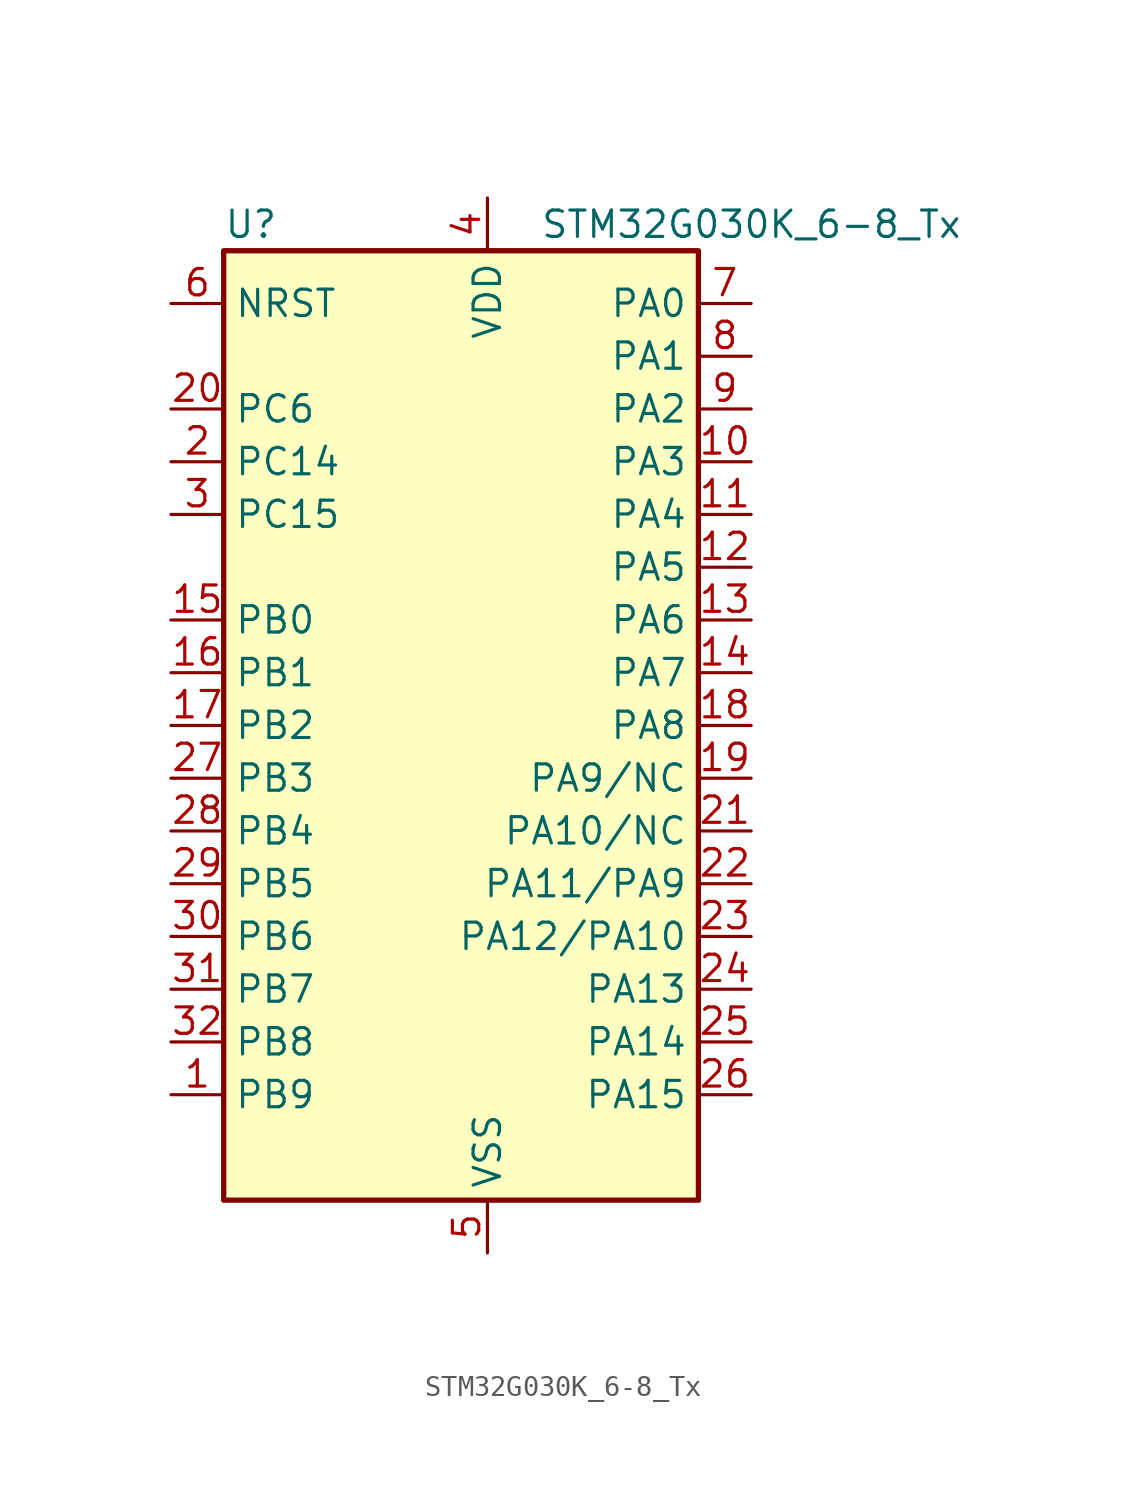
<source format=kicad_sym>
(kicad_symbol_lib
  (version 20211014)
  (generator kicad-library-utils)
  (symbol "STM32G030K_6-8_Tx"
    (property "Reference" "U"
      (at -10.16 24.13 0)
      (effects (font (size 1.27 1.27)) (justify left)))
    (property "Value" "STM32G030K_6-8_Tx"
      (at 5.08 24.13 0)
      (effects (font (size 1.27 1.27)) (justify left)))
    (property "ki_fp_filters" "LQFP*7x7mm*P0.8mm*"
      (at 0.0 0.0 0.0)
      (effects (font (size 1.27 1.27))))
    (symbol "STM32G030K_6-8_Tx_0_1"
      (rectangle (start -10.16 -22.86) (end 12.7 22.86) (stroke (width 0.254)) (fill (type background))))
    (symbol "STM32G030K_6-8_Tx_1_1"
      (pin input line (at -12.7 20.32 0) (length 2.54) (name "NRST" (effects (font (size 1.27 1.27)))) (number "6" (effects (font (size 1.27 1.27)))))
      (pin bidirectional line (at -12.7 15.24 0) (length 2.54) (name "PC6" (effects (font (size 1.27 1.27)))) (number "20" (effects (font (size 1.27 1.27)))) (alternate "TIM3_CH1" bidirectional line))
      (pin bidirectional line (at -12.7 12.7 0) (length 2.54) (name "PC14" (effects (font (size 1.27 1.27)))) (number "2" (effects (font (size 1.27 1.27)))) (alternate "RCC_OSC32_IN" bidirectional line) (alternate "RCC_OSC_IN" bidirectional line) (alternate "TIM1_BK2" bidirectional line))
      (pin bidirectional line (at -12.7 10.16 0) (length 2.54) (name "PC15" (effects (font (size 1.27 1.27)))) (number "3" (effects (font (size 1.27 1.27)))) (alternate "RCC_OSC32_EN" bidirectional line) (alternate "RCC_OSC32_OUT" bidirectional line) (alternate "RCC_OSC_EN" bidirectional line))
      (pin bidirectional line (at -12.7 5.08 0) (length 2.54) (name "PB0" (effects (font (size 1.27 1.27)))) (number "15" (effects (font (size 1.27 1.27)))) (alternate "ADC1_IN8" bidirectional line) (alternate "I2S1_WS" bidirectional line) (alternate "SPI1_NSS" bidirectional line) (alternate "TIM1_CH2N" bidirectional line) (alternate "TIM3_CH3" bidirectional line))
      (pin bidirectional line (at -12.7 2.54 0) (length 2.54) (name "PB1" (effects (font (size 1.27 1.27)))) (number "16" (effects (font (size 1.27 1.27)))) (alternate "ADC1_IN9" bidirectional line) (alternate "TIM14_CH1" bidirectional line) (alternate "TIM1_CH3N" bidirectional line) (alternate "TIM3_CH4" bidirectional line))
      (pin bidirectional line (at -12.7 0.0 0) (length 2.54) (name "PB2" (effects (font (size 1.27 1.27)))) (number "17" (effects (font (size 1.27 1.27)))) (alternate "ADC1_IN10" bidirectional line) (alternate "SPI2_MISO" bidirectional line))
      (pin bidirectional line (at -12.7 -2.54 0) (length 2.54) (name "PB3" (effects (font (size 1.27 1.27)))) (number "27" (effects (font (size 1.27 1.27)))) (alternate "I2S1_CK" bidirectional line) (alternate "SPI1_SCK" bidirectional line) (alternate "TIM1_CH2" bidirectional line) (alternate "USART1_CK" bidirectional line) (alternate "USART1_DE" bidirectional line) (alternate "USART1_RTS" bidirectional line))
      (pin bidirectional line (at -12.7 -5.08 0) (length 2.54) (name "PB4" (effects (font (size 1.27 1.27)))) (number "28" (effects (font (size 1.27 1.27)))) (alternate "I2S1_MCK" bidirectional line) (alternate "SPI1_MISO" bidirectional line) (alternate "TIM17_BK" bidirectional line) (alternate "TIM3_CH1" bidirectional line) (alternate "USART1_CTS" bidirectional line) (alternate "USART1_NSS" bidirectional line))
      (pin bidirectional line (at -12.7 -7.62 0) (length 2.54) (name "PB5" (effects (font (size 1.27 1.27)))) (number "29" (effects (font (size 1.27 1.27)))) (alternate "I2C1_SMBA" bidirectional line) (alternate "I2S1_SD" bidirectional line) (alternate "SPI1_MOSI" bidirectional line) (alternate "SYS_WKUP6" bidirectional line) (alternate "TIM16_BK" bidirectional line) (alternate "TIM3_CH2" bidirectional line))
      (pin bidirectional line (at -12.7 -10.16 0) (length 2.54) (name "PB6" (effects (font (size 1.27 1.27)))) (number "30" (effects (font (size 1.27 1.27)))) (alternate "I2C1_SCL" bidirectional line) (alternate "SPI2_MISO" bidirectional line) (alternate "TIM16_CH1N" bidirectional line) (alternate "TIM1_CH3" bidirectional line) (alternate "USART1_TX" bidirectional line))
      (pin bidirectional line (at -12.7 -12.7 0) (length 2.54) (name "PB7" (effects (font (size 1.27 1.27)))) (number "31" (effects (font (size 1.27 1.27)))) (alternate "ADC1_IN11" bidirectional line) (alternate "I2C1_SDA" bidirectional line) (alternate "SPI2_MOSI" bidirectional line) (alternate "SYS_PVD_IN" bidirectional line) (alternate "TIM17_CH1N" bidirectional line) (alternate "USART1_RX" bidirectional line))
      (pin bidirectional line (at -12.7 -15.24 0) (length 2.54) (name "PB8" (effects (font (size 1.27 1.27)))) (number "32" (effects (font (size 1.27 1.27)))) (alternate "I2C1_SCL" bidirectional line) (alternate "SPI2_SCK" bidirectional line) (alternate "TIM16_CH1" bidirectional line))
      (pin bidirectional line (at -12.7 -17.78 0) (length 2.54) (name "PB9" (effects (font (size 1.27 1.27)))) (number "1" (effects (font (size 1.27 1.27)))) (alternate "I2C1_SDA" bidirectional line) (alternate "IR_OUT" bidirectional line) (alternate "SPI2_NSS" bidirectional line) (alternate "TIM17_CH1" bidirectional line))
      (pin bidirectional line (at 15.24 20.32 180) (length 2.54) (name "PA0" (effects (font (size 1.27 1.27)))) (number "7" (effects (font (size 1.27 1.27)))) (alternate "ADC1_IN0" bidirectional line) (alternate "RTC_TAMP_IN2" bidirectional line) (alternate "SPI2_SCK" bidirectional line) (alternate "SYS_WKUP1" bidirectional line) (alternate "USART2_CTS" bidirectional line) (alternate "USART2_NSS" bidirectional line))
      (pin bidirectional line (at 15.24 17.78 180) (length 2.54) (name "PA1" (effects (font (size 1.27 1.27)))) (number "8" (effects (font (size 1.27 1.27)))) (alternate "ADC1_IN1" bidirectional line) (alternate "I2C1_SMBA" bidirectional line) (alternate "I2S1_CK" bidirectional line) (alternate "SPI1_SCK" bidirectional line) (alternate "USART2_CK" bidirectional line) (alternate "USART2_DE" bidirectional line) (alternate "USART2_RTS" bidirectional line))
      (pin bidirectional line (at 15.24 15.24 180) (length 2.54) (name "PA2" (effects (font (size 1.27 1.27)))) (number "9" (effects (font (size 1.27 1.27)))) (alternate "ADC1_IN2" bidirectional line) (alternate "I2S1_SD" bidirectional line) (alternate "RCC_LSCO" bidirectional line) (alternate "SPI1_MOSI" bidirectional line) (alternate "SYS_WKUP4" bidirectional line) (alternate "USART2_TX" bidirectional line))
      (pin bidirectional line (at 15.24 12.7 180) (length 2.54) (name "PA3" (effects (font (size 1.27 1.27)))) (number "10" (effects (font (size 1.27 1.27)))) (alternate "ADC1_IN3" bidirectional line) (alternate "SPI2_MISO" bidirectional line) (alternate "USART2_RX" bidirectional line))
      (pin bidirectional line (at 15.24 10.16 180) (length 2.54) (name "PA4" (effects (font (size 1.27 1.27)))) (number "11" (effects (font (size 1.27 1.27)))) (alternate "ADC1_IN4" bidirectional line) (alternate "I2S1_WS" bidirectional line) (alternate "RTC_OUT_ALARM" bidirectional line) (alternate "RTC_OUT_CALIB" bidirectional line) (alternate "RTC_TAMP_IN1" bidirectional line) (alternate "RTC_TS" bidirectional line) (alternate "SPI1_NSS" bidirectional line) (alternate "SPI2_MOSI" bidirectional line) (alternate "SYS_WKUP2" bidirectional line) (alternate "TIM14_CH1" bidirectional line))
      (pin bidirectional line (at 15.24 7.62 180) (length 2.54) (name "PA5" (effects (font (size 1.27 1.27)))) (number "12" (effects (font (size 1.27 1.27)))) (alternate "ADC1_IN5" bidirectional line) (alternate "I2S1_CK" bidirectional line) (alternate "SPI1_SCK" bidirectional line))
      (pin bidirectional line (at 15.24 5.08 180) (length 2.54) (name "PA6" (effects (font (size 1.27 1.27)))) (number "13" (effects (font (size 1.27 1.27)))) (alternate "ADC1_IN6" bidirectional line) (alternate "I2S1_MCK" bidirectional line) (alternate "SPI1_MISO" bidirectional line) (alternate "TIM16_CH1" bidirectional line) (alternate "TIM1_BK" bidirectional line) (alternate "TIM3_CH1" bidirectional line))
      (pin bidirectional line (at 15.24 2.54 180) (length 2.54) (name "PA7" (effects (font (size 1.27 1.27)))) (number "14" (effects (font (size 1.27 1.27)))) (alternate "ADC1_IN7" bidirectional line) (alternate "I2S1_SD" bidirectional line) (alternate "SPI1_MOSI" bidirectional line) (alternate "TIM14_CH1" bidirectional line) (alternate "TIM17_CH1" bidirectional line) (alternate "TIM1_CH1N" bidirectional line) (alternate "TIM3_CH2" bidirectional line))
      (pin bidirectional line (at 15.24 0.0 180) (length 2.54) (name "PA8" (effects (font (size 1.27 1.27)))) (number "18" (effects (font (size 1.27 1.27)))) (alternate "RCC_MCO" bidirectional line) (alternate "SPI2_NSS" bidirectional line) (alternate "TIM1_CH1" bidirectional line))
      (pin bidirectional line (at 15.24 -2.54 180) (length 2.54) (name "PA9/NC" (effects (font (size 1.27 1.27)))) (number "19" (effects (font (size 1.27 1.27)))) (alternate "I2C1_SCL" bidirectional line) (alternate "RCC_MCO" bidirectional line) (alternate "SPI2_MISO" bidirectional line) (alternate "TIM1_CH2" bidirectional line) (alternate "USART1_TX" bidirectional line))
      (pin bidirectional line (at 15.24 -5.08 180) (length 2.54) (name "PA10/NC" (effects (font (size 1.27 1.27)))) (number "21" (effects (font (size 1.27 1.27)))) (alternate "I2C1_SDA" bidirectional line) (alternate "SPI2_MOSI" bidirectional line) (alternate "TIM17_BK" bidirectional line) (alternate "TIM1_CH3" bidirectional line) (alternate "USART1_RX" bidirectional line))
      (pin bidirectional line (at 15.24 -7.62 180) (length 2.54) (name "PA11/PA9" (effects (font (size 1.27 1.27)))) (number "22" (effects (font (size 1.27 1.27)))) (alternate "ADC1_EXTI11" bidirectional line) (alternate "ADC1_IN15" bidirectional line) (alternate "I2C2_SCL" bidirectional line) (alternate "I2S1_MCK" bidirectional line) (alternate "SPI1_MISO" bidirectional line) (alternate "TIM1_BK2" bidirectional line) (alternate "TIM1_CH4" bidirectional line) (alternate "USART1_CTS" bidirectional line) (alternate "USART1_NSS" bidirectional line))
      (pin bidirectional line (at 15.24 -10.16 180) (length 2.54) (name "PA12/PA10" (effects (font (size 1.27 1.27)))) (number "23" (effects (font (size 1.27 1.27)))) (alternate "ADC1_IN16" bidirectional line) (alternate "I2C2_SDA" bidirectional line) (alternate "I2S1_SD" bidirectional line) (alternate "I2S_CKIN" bidirectional line) (alternate "SPI1_MOSI" bidirectional line) (alternate "TIM1_ETR" bidirectional line) (alternate "USART1_CK" bidirectional line) (alternate "USART1_DE" bidirectional line) (alternate "USART1_RTS" bidirectional line))
      (pin bidirectional line (at 15.24 -12.7 180) (length 2.54) (name "PA13" (effects (font (size 1.27 1.27)))) (number "24" (effects (font (size 1.27 1.27)))) (alternate "ADC1_IN17" bidirectional line) (alternate "IR_OUT" bidirectional line) (alternate "SYS_SWDIO" bidirectional line))
      (pin bidirectional line (at 15.24 -15.24 180) (length 2.54) (name "PA14" (effects (font (size 1.27 1.27)))) (number "25" (effects (font (size 1.27 1.27)))) (alternate "ADC1_IN18" bidirectional line) (alternate "SYS_SWCLK" bidirectional line) (alternate "USART2_TX" bidirectional line))
      (pin bidirectional line (at 15.24 -17.78 180) (length 2.54) (name "PA15" (effects (font (size 1.27 1.27)))) (number "26" (effects (font (size 1.27 1.27)))) (alternate "I2S1_WS" bidirectional line) (alternate "SPI1_NSS" bidirectional line) (alternate "USART2_RX" bidirectional line))
      (pin power_in line (at 2.54 25.4 270) (length 2.54) (name "VDD" (effects (font (size 1.27 1.27)))) (number "4" (effects (font (size 1.27 1.27)))))
      (pin power_in line (at 2.54 -25.4 90) (length 2.54) (name "VSS" (effects (font (size 1.27 1.27)))) (number "5" (effects (font (size 1.27 1.27))))))))
</source>
